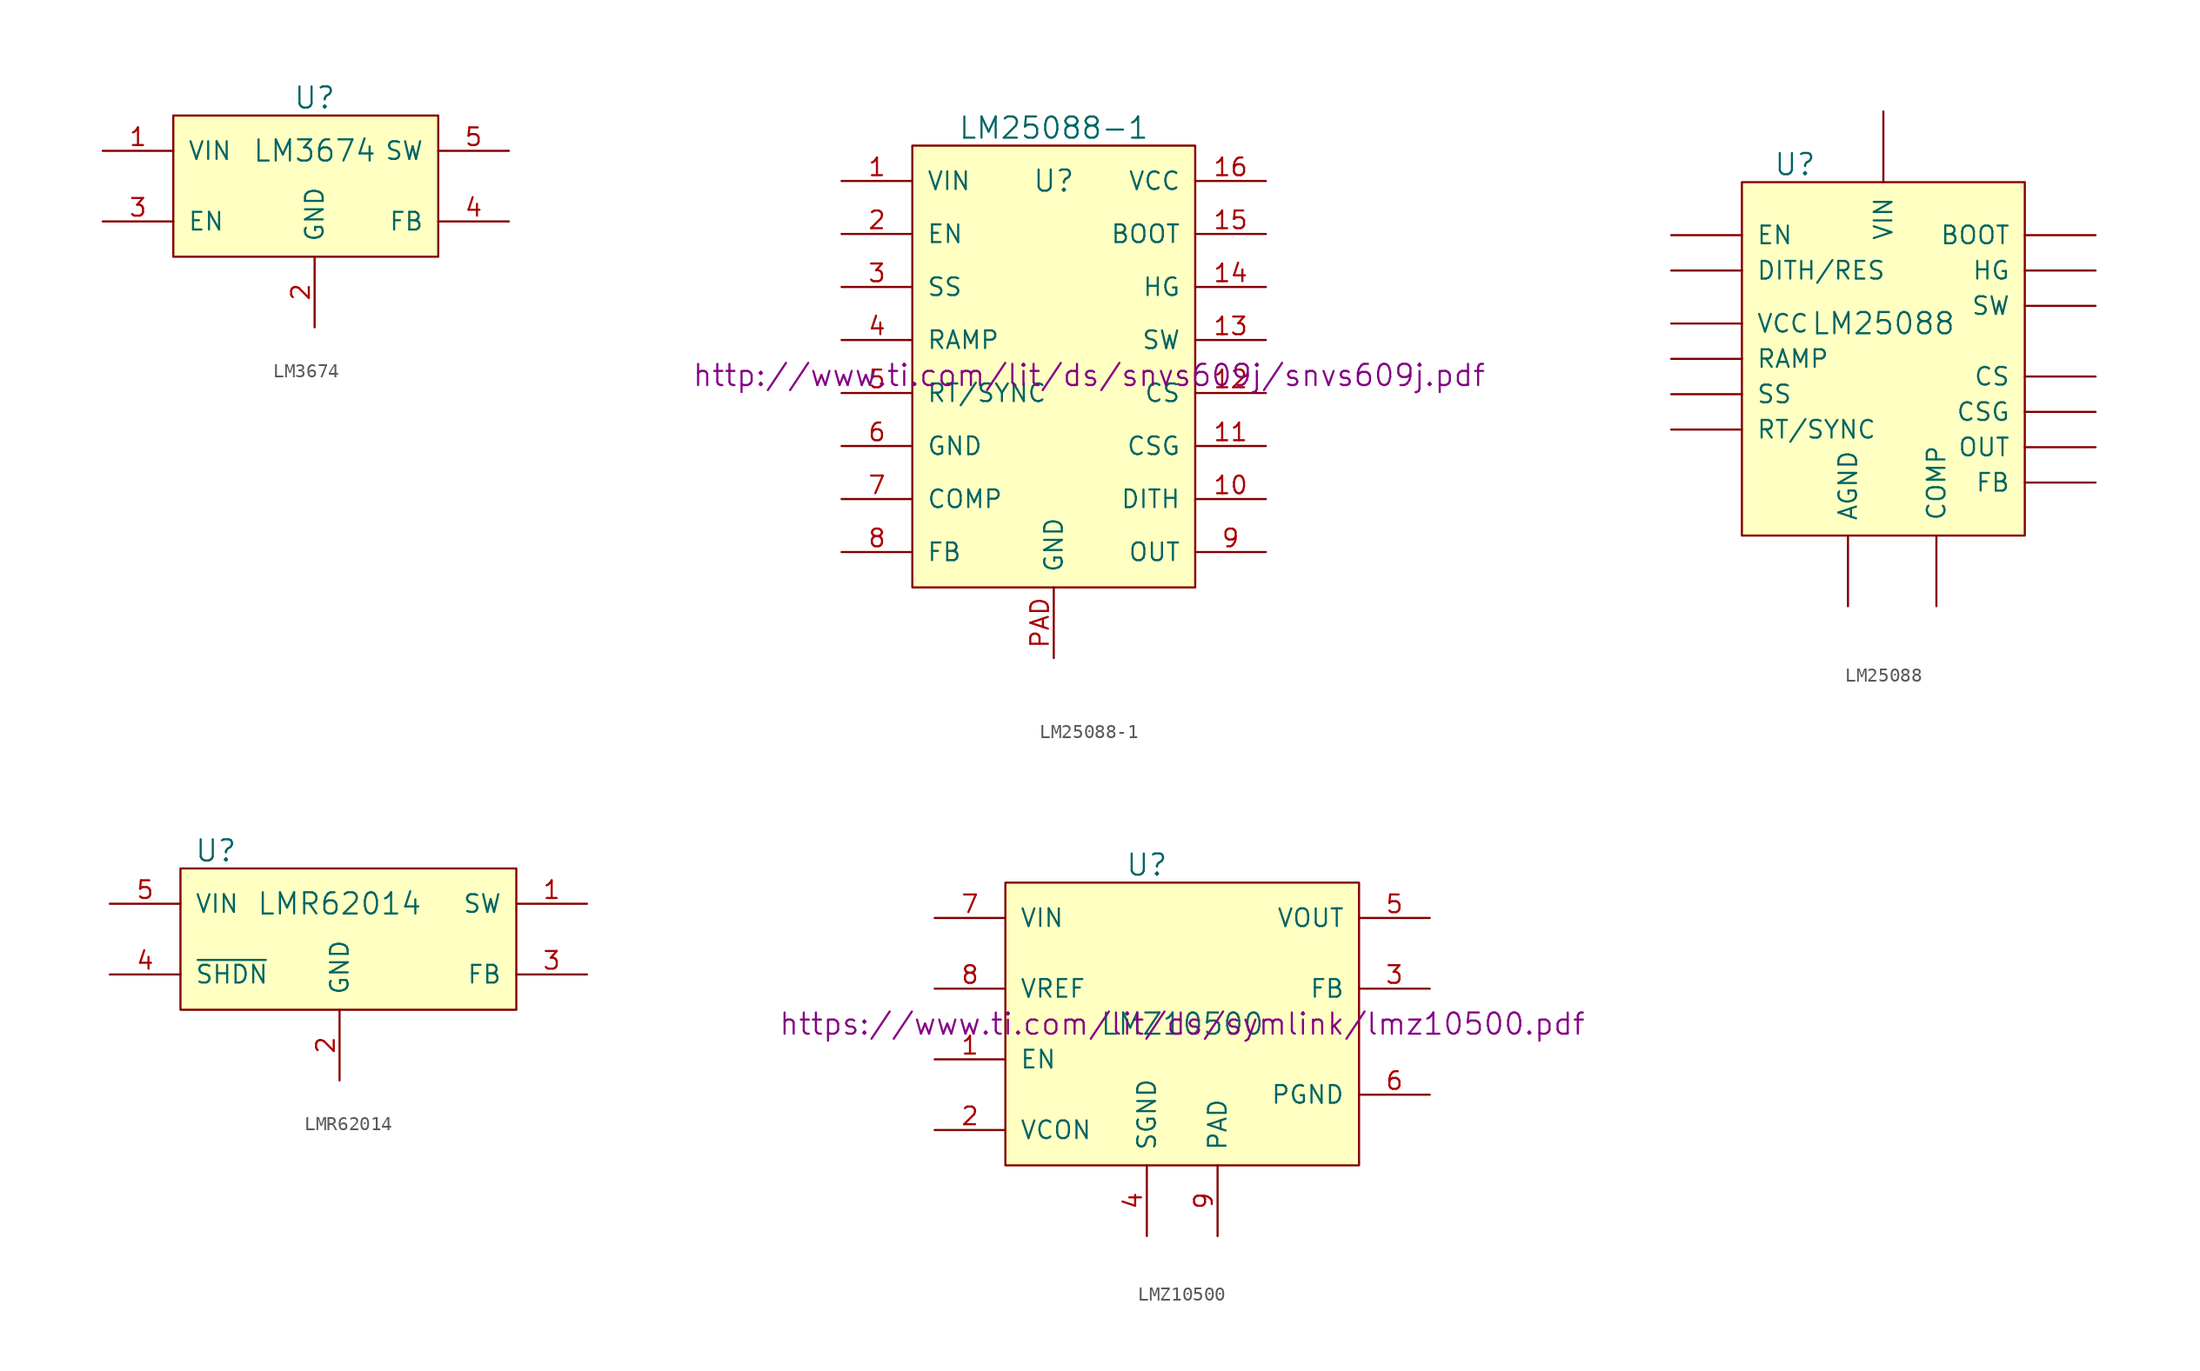
<source format=kicad_sym>
(kicad_symbol_lib
  (version 20231120)
  (generator "kicad_symbol_editor")
  (generator_version "8.0")
  (symbol "LM3674"
    (pin_names
      (offset 1.016))
    (property "Reference" "U"
      (at 0 6.35 0)
      (effects (font (size 1.524 1.524))))
    (property "Value" "LM3674"
      (at 0 2.54 0)
      (effects (font (size 1.524 1.524))))
    (property "Footprint" ""
      (at 0 0 0)
      (effects (font (size 1.524 1.524))))
    (property "Datasheet" ""
      (at 0 0 0)
      (effects (font (size 1.524 1.524))))
    (symbol "LM3674_0_1"
      (rectangle (start -10.16 5.08) (end 8.89 -5.08) (stroke (width 0) (type default)) (fill (type background))))
    (symbol "LM3674_1_1"
      (pin power_in line (at -15.24 2.54 0) (length 5.08) (name "VIN" (effects (font (size 1.27 1.27)))) (number "1" (effects (font (size 1.27 1.27)))))
      (pin power_in line (at 0 -10.16 90) (length 5.08) (name "GND" (effects (font (size 1.27 1.27)))) (number "2" (effects (font (size 1.27 1.27)))))
      (pin input line (at -15.24 -2.54 0) (length 5.08) (name "EN" (effects (font (size 1.27 1.27)))) (number "3" (effects (font (size 1.27 1.27)))))
      (pin input line (at 13.97 -2.54 180) (length 5.08) (name "FB" (effects (font (size 1.27 1.27)))) (number "4" (effects (font (size 1.27 1.27)))))
      (pin input line (at 13.97 2.54 180) (length 5.08) (name "SW" (effects (font (size 1.27 1.27)))) (number "5" (effects (font (size 1.27 1.27)))))))
  (symbol "LM25088-1"
    (pin_names
      (offset 1.016))
    (property "Reference" "U"
      (at 0 13.97 0)
      (effects (font (size 1.524 1.524))))
    (property "Value" "LM25088-1"
      (at 0 17.78 0)
      (effects (font (size 1.524 1.524))))
    (property "Footprint" ""
      (at 2.54 0 0)
      (effects (font (size 1.524 1.524))))
    (property "Datasheet" "http://www.ti.com/lit/ds/snvs609j/snvs609j.pdf"
      (at 2.54 0 0)
      (effects (font (size 1.524 1.524))))
    (symbol "LM25088-1_0_1"
      (rectangle (start -10.16 16.51) (end 10.16 -15.24) (stroke (width 0) (type default)) (fill (type background))))
    (symbol "LM25088-1_1_1"
      (pin power_in line (at -15.24 13.97 0) (length 5.08) (name "VIN" (effects (font (size 1.27 1.27)))) (number "1" (effects (font (size 1.27 1.27)))))
      (pin input line (at 15.24 -8.89 180) (length 5.08) (name "DITH" (effects (font (size 1.27 1.27)))) (number "10" (effects (font (size 1.27 1.27)))))
      (pin input line (at 15.24 -5.08 180) (length 5.08) (name "CSG" (effects (font (size 1.27 1.27)))) (number "11" (effects (font (size 1.27 1.27)))))
      (pin input line (at 15.24 -1.27 180) (length 5.08) (name "CS" (effects (font (size 1.27 1.27)))) (number "12" (effects (font (size 1.27 1.27)))))
      (pin input line (at 15.24 2.54 180) (length 5.08) (name "SW" (effects (font (size 1.27 1.27)))) (number "13" (effects (font (size 1.27 1.27)))))
      (pin input line (at 15.24 6.35 180) (length 5.08) (name "HG" (effects (font (size 1.27 1.27)))) (number "14" (effects (font (size 1.27 1.27)))))
      (pin input line (at 15.24 10.16 180) (length 5.08) (name "BOOT" (effects (font (size 1.27 1.27)))) (number "15" (effects (font (size 1.27 1.27)))))
      (pin input line (at 15.24 13.97 180) (length 5.08) (name "VCC" (effects (font (size 1.27 1.27)))) (number "16" (effects (font (size 1.27 1.27)))))
      (pin input line (at -15.24 10.16 0) (length 5.08) (name "EN" (effects (font (size 1.27 1.27)))) (number "2" (effects (font (size 1.27 1.27)))))
      (pin input line (at -15.24 6.35 0) (length 5.08) (name "SS" (effects (font (size 1.27 1.27)))) (number "3" (effects (font (size 1.27 1.27)))))
      (pin input line (at -15.24 2.54 0) (length 5.08) (name "RAMP" (effects (font (size 1.27 1.27)))) (number "4" (effects (font (size 1.27 1.27)))))
      (pin input line (at -15.24 -1.27 0) (length 5.08) (name "RT/SYNC" (effects (font (size 1.27 1.27)))) (number "5" (effects (font (size 1.27 1.27)))))
      (pin input line (at -15.24 -5.08 0) (length 5.08) (name "GND" (effects (font (size 1.27 1.27)))) (number "6" (effects (font (size 1.27 1.27)))))
      (pin input line (at -15.24 -8.89 0) (length 5.08) (name "COMP" (effects (font (size 1.27 1.27)))) (number "7" (effects (font (size 1.27 1.27)))))
      (pin input line (at -15.24 -12.7 0) (length 5.08) (name "FB" (effects (font (size 1.27 1.27)))) (number "8" (effects (font (size 1.27 1.27)))))
      (pin power_out line (at 15.24 -12.7 180) (length 5.08) (name "OUT" (effects (font (size 1.27 1.27)))) (number "9" (effects (font (size 1.27 1.27)))))
      (pin power_in line (at 0 -20.32 90) (length 5.08) (name "GND" (effects (font (size 1.27 1.27)))) (number "PAD" (effects (font (size 1.27 1.27)))))))
  (symbol "LM25088"
    (pin_names
      (offset 1.016))
    (property "Reference" "U"
      (at -6.35 12.7 0)
      (effects (font (size 1.524 1.524))))
    (property "Value" "LM25088"
      (at 0 1.27 0)
      (effects (font (size 1.524 1.524))))
    (property "Footprint" ""
      (at 1.27 0 0)
      (effects (font (size 1.524 1.524))))
    (property "Datasheet" ""
      (at 1.27 0 0)
      (effects (font (size 1.524 1.524))))
    (symbol "LM25088_0_1"
      (rectangle (start -10.16 11.43) (end 10.16 -13.97) (stroke (width 0) (type default)) (fill (type background))))
    (symbol "LM25088_1_1"
      (pin input line (at -2.54 -19.05 90) (length 5.08) (name "AGND" (effects (font (size 1.27 1.27)))) (number "~" (effects (font (size 1.27 1.27)))))
      (pin input line (at 15.24 7.62 180) (length 5.08) (name "BOOT" (effects (font (size 1.27 1.27)))) (number "~" (effects (font (size 1.27 1.27)))))
      (pin input line (at 3.81 -19.05 90) (length 5.08) (name "COMP" (effects (font (size 1.27 1.27)))) (number "~" (effects (font (size 1.27 1.27)))))
      (pin input line (at 15.24 -2.54 180) (length 5.08) (name "CS" (effects (font (size 1.27 1.27)))) (number "~" (effects (font (size 1.27 1.27)))))
      (pin input line (at 15.24 -5.08 180) (length 5.08) (name "CSG" (effects (font (size 1.27 1.27)))) (number "~" (effects (font (size 1.27 1.27)))))
      (pin input line (at -15.24 5.08 0) (length 5.08) (name "DITH/RES" (effects (font (size 1.27 1.27)))) (number "~" (effects (font (size 1.27 1.27)))))
      (pin input line (at -15.24 7.62 0) (length 5.08) (name "EN" (effects (font (size 1.27 1.27)))) (number "~" (effects (font (size 1.27 1.27)))))
      (pin input line (at 15.24 -10.16 180) (length 5.08) (name "FB" (effects (font (size 1.27 1.27)))) (number "~" (effects (font (size 1.27 1.27)))))
      (pin output line (at 15.24 5.08 180) (length 5.08) (name "HG" (effects (font (size 1.27 1.27)))) (number "~" (effects (font (size 1.27 1.27)))))
      (pin input line (at 15.24 -7.62 180) (length 5.08) (name "OUT" (effects (font (size 1.27 1.27)))) (number "~" (effects (font (size 1.27 1.27)))))
      (pin input line (at -15.24 -1.27 0) (length 5.08) (name "RAMP" (effects (font (size 1.27 1.27)))) (number "~" (effects (font (size 1.27 1.27)))))
      (pin input line (at -15.24 -6.35 0) (length 5.08) (name "RT/SYNC" (effects (font (size 1.27 1.27)))) (number "~" (effects (font (size 1.27 1.27)))))
      (pin input line (at -15.24 -3.81 0) (length 5.08) (name "SS" (effects (font (size 1.27 1.27)))) (number "~" (effects (font (size 1.27 1.27)))))
      (pin output line (at 15.24 2.54 180) (length 5.08) (name "SW" (effects (font (size 1.27 1.27)))) (number "~" (effects (font (size 1.27 1.27)))))
      (pin input line (at -15.24 1.27 0) (length 5.08) (name "VCC" (effects (font (size 1.27 1.27)))) (number "~" (effects (font (size 1.27 1.27)))))
      (pin input line (at 0 16.51 270) (length 5.08) (name "VIN" (effects (font (size 1.27 1.27)))) (number "~" (effects (font (size 1.27 1.27)))))))
  (symbol "LMR62014"
    (pin_names
      (offset 1.016))
    (property "Reference" "U"
      (at -8.89 6.35 0)
      (effects (font (size 1.524 1.524))))
    (property "Value" "LMR62014"
      (at 0 2.54 0)
      (effects (font (size 1.524 1.524))))
    (property "Footprint" ""
      (at 0 0 0)
      (effects (font (size 1.524 1.524))))
    (property "Datasheet" ""
      (at 0 0 0)
      (effects (font (size 1.524 1.524))))
    (symbol "LMR62014_0_1"
      (rectangle (start -11.43 5.08) (end 12.7 -5.08) (stroke (width 0) (type default)) (fill (type background))))
    (symbol "LMR62014_1_1"
      (pin input line (at 17.78 2.54 180) (length 5.08) (name "SW" (effects (font (size 1.27 1.27)))) (number "1" (effects (font (size 1.27 1.27)))))
      (pin power_in line (at 0 -10.16 90) (length 5.08) (name "GND" (effects (font (size 1.27 1.27)))) (number "2" (effects (font (size 1.27 1.27)))))
      (pin input line (at 17.78 -2.54 180) (length 5.08) (name "FB" (effects (font (size 1.27 1.27)))) (number "3" (effects (font (size 1.27 1.27)))))
      (pin input line (at -16.51 -2.54 0) (length 5.08) (name "~{SHDN}" (effects (font (size 1.27 1.27)))) (number "4" (effects (font (size 1.27 1.27)))))
      (pin power_in line (at -16.51 2.54 0) (length 5.08) (name "VIN" (effects (font (size 1.27 1.27)))) (number "5" (effects (font (size 1.27 1.27)))))))
  (symbol "LMZ10500"
    (pin_names
      (offset 1.016))
    (property "Reference" "U"
      (at -2.54 11.43 0)
      (effects (font (size 1.524 1.524))))
    (property "Value" "LMZ10500"
      (at 0 0 0)
      (effects (font (size 1.524 1.524))))
    (property "Footprint" ""
      (at 0 0 0)
      (effects (font (size 1.524 1.524))))
    (property "Datasheet" "https://www.ti.com/lit/ds/symlink/lmz10500.pdf"
      (at 0 0 0)
      (effects (font (size 1.524 1.524))))
    (symbol "LMZ10500_0_1"
      (rectangle (start -12.7 10.16) (end 12.7 -10.16) (stroke (width 0) (type default)) (fill (type background))))
    (symbol "LMZ10500_1_1"
      (pin input line (at -17.78 -2.54 0) (length 5.08) (name "EN" (effects (font (size 1.27 1.27)))) (number "1" (effects (font (size 1.27 1.27)))))
      (pin input line (at -17.78 -7.62 0) (length 5.08) (name "VCON" (effects (font (size 1.27 1.27)))) (number "2" (effects (font (size 1.27 1.27)))))
      (pin input line (at 17.78 2.54 180) (length 5.08) (name "FB" (effects (font (size 1.27 1.27)))) (number "3" (effects (font (size 1.27 1.27)))))
      (pin input line (at -2.54 -15.24 90) (length 5.08) (name "SGND" (effects (font (size 1.27 1.27)))) (number "4" (effects (font (size 1.27 1.27)))))
      (pin input line (at 17.78 7.62 180) (length 5.08) (name "VOUT" (effects (font (size 1.27 1.27)))) (number "5" (effects (font (size 1.27 1.27)))))
      (pin input line (at 17.78 -5.08 180) (length 5.08) (name "PGND" (effects (font (size 1.27 1.27)))) (number "6" (effects (font (size 1.27 1.27)))))
      (pin input line (at -17.78 7.62 0) (length 5.08) (name "VIN" (effects (font (size 1.27 1.27)))) (number "7" (effects (font (size 1.27 1.27)))))
      (pin input line (at -17.78 2.54 0) (length 5.08) (name "VREF" (effects (font (size 1.27 1.27)))) (number "8" (effects (font (size 1.27 1.27)))))
      (pin input line (at 2.54 -15.24 90) (length 5.08) (name "PAD" (effects (font (size 1.27 1.27)))) (number "9" (effects (font (size 1.27 1.27))))))))
</source>
